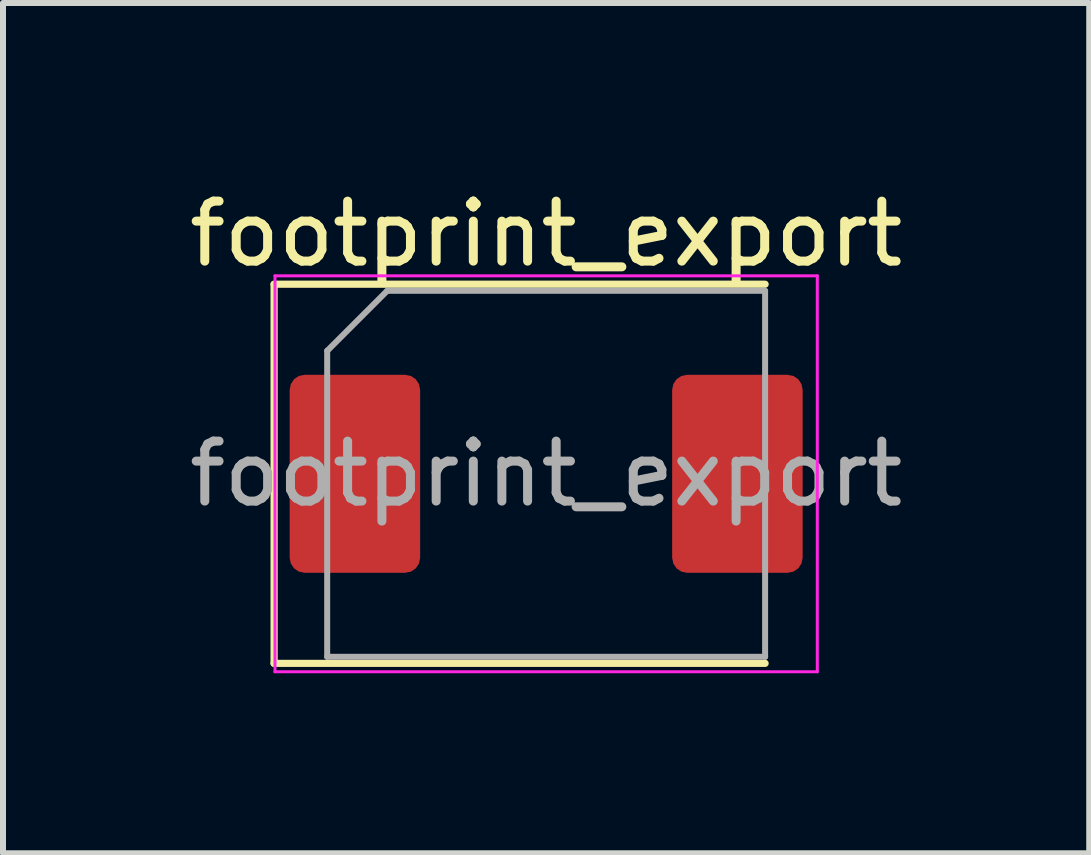
<source format=kicad_pcb>
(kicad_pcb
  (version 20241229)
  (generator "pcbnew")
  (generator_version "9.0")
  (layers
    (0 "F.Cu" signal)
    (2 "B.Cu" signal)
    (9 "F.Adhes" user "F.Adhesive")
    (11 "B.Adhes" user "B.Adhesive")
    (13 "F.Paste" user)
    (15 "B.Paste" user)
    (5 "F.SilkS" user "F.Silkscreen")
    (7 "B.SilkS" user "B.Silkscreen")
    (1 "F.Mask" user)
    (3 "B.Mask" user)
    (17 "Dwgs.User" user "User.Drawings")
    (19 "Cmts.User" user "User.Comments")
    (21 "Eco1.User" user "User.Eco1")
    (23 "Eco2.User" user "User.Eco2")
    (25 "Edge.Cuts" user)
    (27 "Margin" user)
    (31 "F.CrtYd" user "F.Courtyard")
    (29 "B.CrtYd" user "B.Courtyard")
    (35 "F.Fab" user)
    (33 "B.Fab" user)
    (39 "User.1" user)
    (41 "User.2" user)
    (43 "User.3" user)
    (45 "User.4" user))
  (footprint "footprint_export"
    (layer "F.Cu")
    (at 6.054 4.848)
    (property "Reference" "footprint_export" (at 0 -4 0) (layer "F.SilkS") (effects (font (size 1 1) (thickness 0.15))))
    (attr smd)
    (fp_line (start -4.535 -3.16) (end -4.535 3.16) (stroke (width 0.12) (type solid)) (layer "F.SilkS"))
    (fp_line (start -4.535 3.16) (end 3.65 3.16) (stroke (width 0.12) (type solid)) (layer "F.SilkS"))
    (fp_line (start 3.65 -3.16) (end -4.535 -3.16) (stroke (width 0.12) (type solid)) (layer "F.SilkS"))
    (fp_line (start -4.52 -3.3) (end 4.52 -3.3) (stroke (width 0.05) (type solid)) (layer "F.CrtYd"))
    (fp_line (start -4.52 3.3) (end -4.52 -3.3) (stroke (width 0.05) (type solid)) (layer "F.CrtYd"))
    (fp_line (start 4.52 -3.3) (end 4.52 3.3) (stroke (width 0.05) (type solid)) (layer "F.CrtYd"))
    (fp_line (start 4.52 3.3) (end -4.52 3.3) (stroke (width 0.05) (type solid)) (layer "F.CrtYd"))
    (fp_line (start -3.65 -2.05) (end -3.65 3.05) (stroke (width 0.1) (type solid)) (layer "F.Fab"))
    (fp_line (start -3.65 3.05) (end 3.65 3.05) (stroke (width 0.1) (type solid)) (layer "F.Fab"))
    (fp_line (start -2.65 -3.05) (end -3.65 -2.05) (stroke (width 0.1) (type solid)) (layer "F.Fab"))
    (fp_line (start 3.65 -3.05) (end -2.65 -3.05) (stroke (width 0.1) (type solid)) (layer "F.Fab"))
    (fp_line (start 3.65 3.05) (end 3.65 -3.05) (stroke (width 0.1) (type solid)) (layer "F.Fab"))
    (fp_text user "${REFERENCE}" (at 0 0 0) (layer "F.Fab") (effects (font (size 1 1) (thickness 0.15))))
    (pad "1" smd roundrect (at -3.188 0) (size 2.175 3.3) (layers "F.Cu" "F.Mask" "F.Paste") (roundrect_rratio 0.115))
    (pad "2" smd roundrect (at 3.188 0) (size 2.175 3.3) (layers "F.Cu" "F.Mask" "F.Paste") (roundrect_rratio 0.115)))
  (gr_rect
    (start -3 -3)
    (end 15.107 11.173)
    (stroke (width 0.1) (type default))
    (fill no)
    (layer "Edge.Cuts")))
</source>
